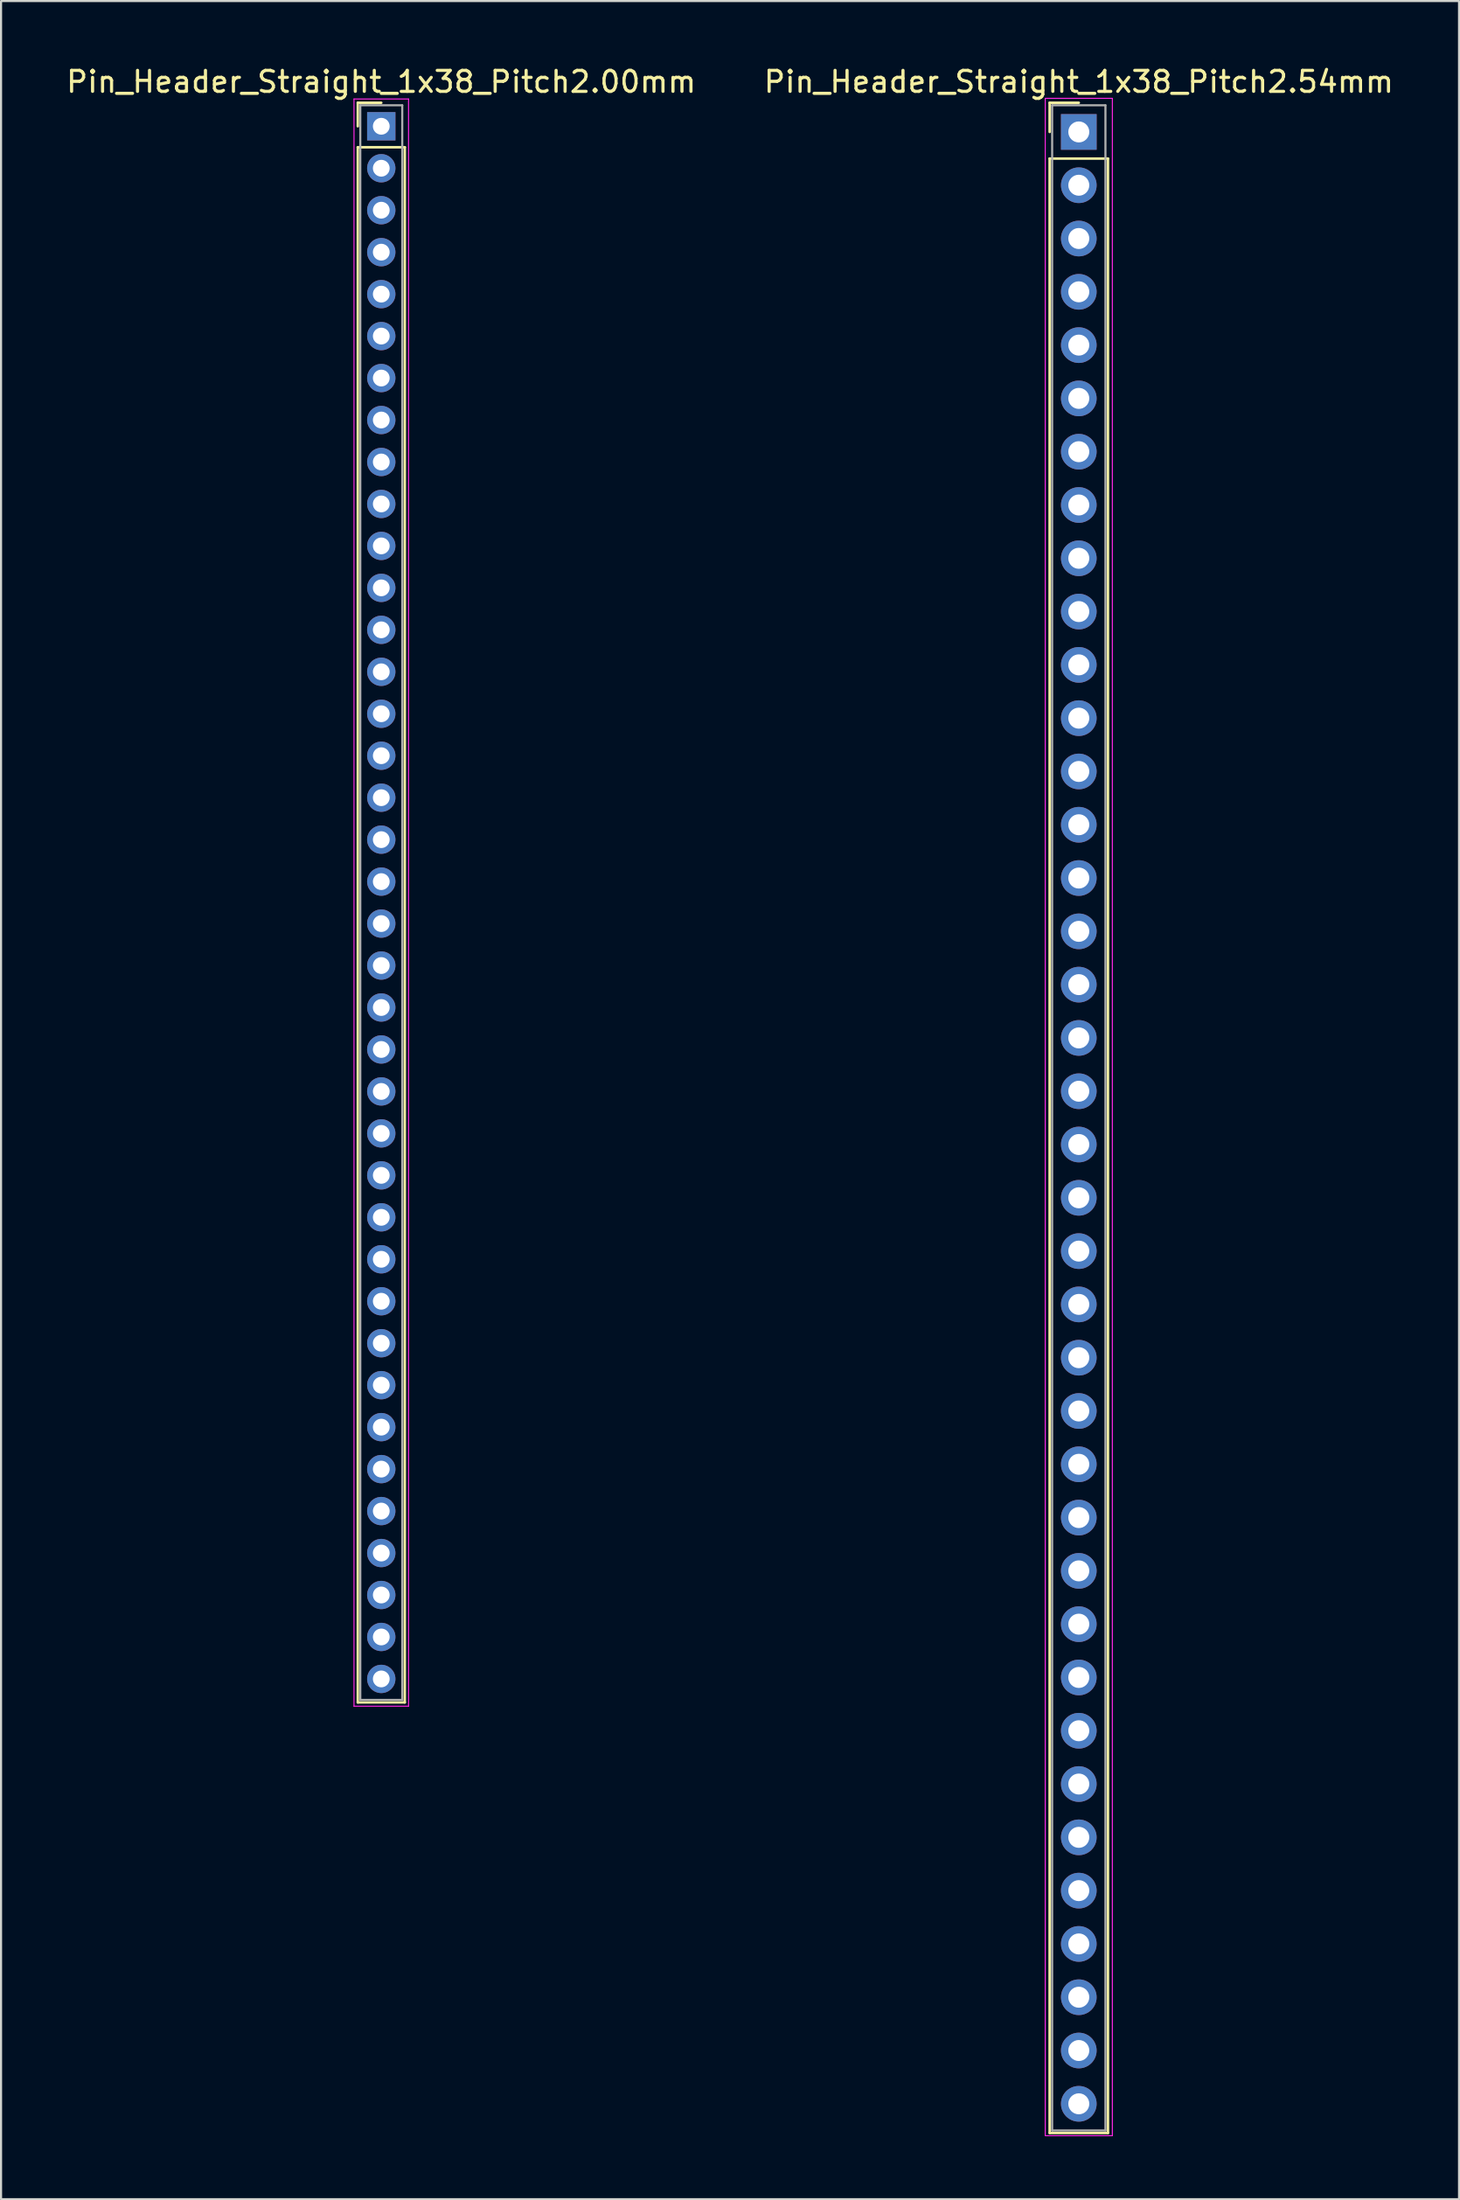
<source format=kicad_pcb>
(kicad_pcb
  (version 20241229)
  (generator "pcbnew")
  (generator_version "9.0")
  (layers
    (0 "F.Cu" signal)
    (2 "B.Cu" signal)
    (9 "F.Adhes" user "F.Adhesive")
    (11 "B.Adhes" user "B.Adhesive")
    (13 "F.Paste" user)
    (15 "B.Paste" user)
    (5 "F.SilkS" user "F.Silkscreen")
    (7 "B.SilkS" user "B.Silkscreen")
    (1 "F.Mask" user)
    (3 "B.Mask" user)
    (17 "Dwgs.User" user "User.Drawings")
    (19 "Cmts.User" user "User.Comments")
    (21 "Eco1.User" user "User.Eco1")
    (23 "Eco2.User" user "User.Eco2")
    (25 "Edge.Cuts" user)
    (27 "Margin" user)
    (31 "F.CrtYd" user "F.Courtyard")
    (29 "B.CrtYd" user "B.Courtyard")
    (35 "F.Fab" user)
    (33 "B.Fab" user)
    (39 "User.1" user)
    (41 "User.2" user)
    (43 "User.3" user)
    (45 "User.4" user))
  (footprint "Pin_Header_Straight_1x38_Pitch2.54mm"
    (layer "F.Cu")
    (at 48.375 3.238)
    (property "Reference" "Pin_Header_Straight_1x38_Pitch2.54mm" (at 0 -2.39 0) (layer "F.SilkS") (effects (font (size 1 1) (thickness 0.15))))
    (attr through_hole)
    (fp_line (start -1.39 -1.39) (end 0 -1.39) (stroke (width 0.12) (type solid)) (layer "F.SilkS"))
    (fp_line (start -1.39 0) (end -1.39 -1.39) (stroke (width 0.12) (type solid)) (layer "F.SilkS"))
    (fp_line (start -1.39 1.27) (end -1.39 95.37) (stroke (width 0.12) (type solid)) (layer "F.SilkS"))
    (fp_line (start -1.39 95.37) (end 1.39 95.37) (stroke (width 0.12) (type solid)) (layer "F.SilkS"))
    (fp_line (start 1.39 1.27) (end -1.39 1.27) (stroke (width 0.12) (type solid)) (layer "F.SilkS"))
    (fp_line (start 1.39 95.37) (end 1.39 1.27) (stroke (width 0.12) (type solid)) (layer "F.SilkS"))
    (fp_line (start -1.6 -1.6) (end -1.6 95.5) (stroke (width 0.05) (type solid)) (layer "F.CrtYd"))
    (fp_line (start -1.6 95.5) (end 1.6 95.5) (stroke (width 0.05) (type solid)) (layer "F.CrtYd"))
    (fp_line (start 1.6 -1.6) (end -1.6 -1.6) (stroke (width 0.05) (type solid)) (layer "F.CrtYd"))
    (fp_line (start 1.6 95.5) (end 1.6 -1.6) (stroke (width 0.05) (type solid)) (layer "F.CrtYd"))
    (fp_line (start -1.27 -1.27) (end -1.27 95.25) (stroke (width 0.1) (type solid)) (layer "F.Fab"))
    (fp_line (start -1.27 95.25) (end 1.27 95.25) (stroke (width 0.1) (type solid)) (layer "F.Fab"))
    (fp_line (start 1.27 -1.27) (end -1.27 -1.27) (stroke (width 0.1) (type solid)) (layer "F.Fab"))
    (fp_line (start 1.27 95.25) (end 1.27 -1.27) (stroke (width 0.1) (type solid)) (layer "F.Fab"))
    (pad "1" thru_hole rect (at 0 0) (size 1.7 1.7) (drill 1) (layers "*.Cu" "*.Mask"))
    (pad "2" thru_hole oval (at 0 2.54) (size 1.7 1.7) (drill 1) (layers "*.Cu" "*.Mask"))
    (pad "3" thru_hole oval (at 0 5.08) (size 1.7 1.7) (drill 1) (layers "*.Cu" "*.Mask"))
    (pad "4" thru_hole oval (at 0 7.62) (size 1.7 1.7) (drill 1) (layers "*.Cu" "*.Mask"))
    (pad "5" thru_hole oval (at 0 10.16) (size 1.7 1.7) (drill 1) (layers "*.Cu" "*.Mask"))
    (pad "6" thru_hole oval (at 0 12.7) (size 1.7 1.7) (drill 1) (layers "*.Cu" "*.Mask"))
    (pad "7" thru_hole oval (at 0 15.24) (size 1.7 1.7) (drill 1) (layers "*.Cu" "*.Mask"))
    (pad "8" thru_hole oval (at 0 17.78) (size 1.7 1.7) (drill 1) (layers "*.Cu" "*.Mask"))
    (pad "9" thru_hole oval (at 0 20.32) (size 1.7 1.7) (drill 1) (layers "*.Cu" "*.Mask"))
    (pad "10" thru_hole oval (at 0 22.86) (size 1.7 1.7) (drill 1) (layers "*.Cu" "*.Mask"))
    (pad "11" thru_hole oval (at 0 25.4) (size 1.7 1.7) (drill 1) (layers "*.Cu" "*.Mask"))
    (pad "12" thru_hole oval (at 0 27.94) (size 1.7 1.7) (drill 1) (layers "*.Cu" "*.Mask"))
    (pad "13" thru_hole oval (at 0 30.48) (size 1.7 1.7) (drill 1) (layers "*.Cu" "*.Mask"))
    (pad "14" thru_hole oval (at 0 33.02) (size 1.7 1.7) (drill 1) (layers "*.Cu" "*.Mask"))
    (pad "15" thru_hole oval (at 0 35.56) (size 1.7 1.7) (drill 1) (layers "*.Cu" "*.Mask"))
    (pad "16" thru_hole oval (at 0 38.1) (size 1.7 1.7) (drill 1) (layers "*.Cu" "*.Mask"))
    (pad "17" thru_hole oval (at 0 40.64) (size 1.7 1.7) (drill 1) (layers "*.Cu" "*.Mask"))
    (pad "18" thru_hole oval (at 0 43.18) (size 1.7 1.7) (drill 1) (layers "*.Cu" "*.Mask"))
    (pad "19" thru_hole oval (at 0 45.72) (size 1.7 1.7) (drill 1) (layers "*.Cu" "*.Mask"))
    (pad "20" thru_hole oval (at 0 48.26) (size 1.7 1.7) (drill 1) (layers "*.Cu" "*.Mask"))
    (pad "21" thru_hole oval (at 0 50.8) (size 1.7 1.7) (drill 1) (layers "*.Cu" "*.Mask"))
    (pad "22" thru_hole oval (at 0 53.34) (size 1.7 1.7) (drill 1) (layers "*.Cu" "*.Mask"))
    (pad "23" thru_hole oval (at 0 55.88) (size 1.7 1.7) (drill 1) (layers "*.Cu" "*.Mask"))
    (pad "24" thru_hole oval (at 0 58.42) (size 1.7 1.7) (drill 1) (layers "*.Cu" "*.Mask"))
    (pad "25" thru_hole oval (at 0 60.96) (size 1.7 1.7) (drill 1) (layers "*.Cu" "*.Mask"))
    (pad "26" thru_hole oval (at 0 63.5) (size 1.7 1.7) (drill 1) (layers "*.Cu" "*.Mask"))
    (pad "27" thru_hole oval (at 0 66.04) (size 1.7 1.7) (drill 1) (layers "*.Cu" "*.Mask"))
    (pad "28" thru_hole oval (at 0 68.58) (size 1.7 1.7) (drill 1) (layers "*.Cu" "*.Mask"))
    (pad "29" thru_hole oval (at 0 71.12) (size 1.7 1.7) (drill 1) (layers "*.Cu" "*.Mask"))
    (pad "30" thru_hole oval (at 0 73.66) (size 1.7 1.7) (drill 1) (layers "*.Cu" "*.Mask"))
    (pad "31" thru_hole oval (at 0 76.2) (size 1.7 1.7) (drill 1) (layers "*.Cu" "*.Mask"))
    (pad "32" thru_hole oval (at 0 78.74) (size 1.7 1.7) (drill 1) (layers "*.Cu" "*.Mask"))
    (pad "33" thru_hole oval (at 0 81.28) (size 1.7 1.7) (drill 1) (layers "*.Cu" "*.Mask"))
    (pad "34" thru_hole oval (at 0 83.82) (size 1.7 1.7) (drill 1) (layers "*.Cu" "*.Mask"))
    (pad "35" thru_hole oval (at 0 86.36) (size 1.7 1.7) (drill 1) (layers "*.Cu" "*.Mask"))
    (pad "36" thru_hole oval (at 0 88.9) (size 1.7 1.7) (drill 1) (layers "*.Cu" "*.Mask"))
    (pad "37" thru_hole oval (at 0 91.44) (size 1.7 1.7) (drill 1) (layers "*.Cu" "*.Mask"))
    (pad "38" thru_hole oval (at 0 93.98) (size 1.7 1.7) (drill 1) (layers "*.Cu" "*.Mask")))
  (footprint "Pin_Header_Straight_1x38_Pitch2.00mm"
    (layer "F.Cu")
    (at 15.125 2.968)
    (property "Reference" "Pin_Header_Straight_1x38_Pitch2.00mm" (at 0 -2.12 0) (layer "F.SilkS") (effects (font (size 1 1) (thickness 0.15))))
    (attr through_hole)
    (fp_line (start -1.12 -1.12) (end 0 -1.12) (stroke (width 0.12) (type solid)) (layer "F.SilkS"))
    (fp_line (start -1.12 0) (end -1.12 -1.12) (stroke (width 0.12) (type solid)) (layer "F.SilkS"))
    (fp_line (start -1.12 1) (end -1.12 75.12) (stroke (width 0.12) (type solid)) (layer "F.SilkS"))
    (fp_line (start -1.12 75.12) (end 1.12 75.12) (stroke (width 0.12) (type solid)) (layer "F.SilkS"))
    (fp_line (start 1.12 1) (end -1.12 1) (stroke (width 0.12) (type solid)) (layer "F.SilkS"))
    (fp_line (start 1.12 75.12) (end 1.12 1) (stroke (width 0.12) (type solid)) (layer "F.SilkS"))
    (fp_line (start -1.3 -1.3) (end -1.3 75.3) (stroke (width 0.05) (type solid)) (layer "F.CrtYd"))
    (fp_line (start -1.3 75.3) (end 1.3 75.3) (stroke (width 0.05) (type solid)) (layer "F.CrtYd"))
    (fp_line (start 1.3 -1.3) (end -1.3 -1.3) (stroke (width 0.05) (type solid)) (layer "F.CrtYd"))
    (fp_line (start 1.3 75.3) (end 1.3 -1.3) (stroke (width 0.05) (type solid)) (layer "F.CrtYd"))
    (fp_line (start -1 -1) (end -1 75) (stroke (width 0.1) (type solid)) (layer "F.Fab"))
    (fp_line (start -1 75) (end 1 75) (stroke (width 0.1) (type solid)) (layer "F.Fab"))
    (fp_line (start 1 -1) (end -1 -1) (stroke (width 0.1) (type solid)) (layer "F.Fab"))
    (fp_line (start 1 75) (end 1 -1) (stroke (width 0.1) (type solid)) (layer "F.Fab"))
    (pad "1" thru_hole rect (at 0 0) (size 1.35 1.35) (drill 0.8) (layers "*.Cu" "*.Mask"))
    (pad "2" thru_hole oval (at 0 2) (size 1.35 1.35) (drill 0.8) (layers "*.Cu" "*.Mask"))
    (pad "3" thru_hole oval (at 0 4) (size 1.35 1.35) (drill 0.8) (layers "*.Cu" "*.Mask"))
    (pad "4" thru_hole oval (at 0 6) (size 1.35 1.35) (drill 0.8) (layers "*.Cu" "*.Mask"))
    (pad "5" thru_hole oval (at 0 8) (size 1.35 1.35) (drill 0.8) (layers "*.Cu" "*.Mask"))
    (pad "6" thru_hole oval (at 0 10) (size 1.35 1.35) (drill 0.8) (layers "*.Cu" "*.Mask"))
    (pad "7" thru_hole oval (at 0 12) (size 1.35 1.35) (drill 0.8) (layers "*.Cu" "*.Mask"))
    (pad "8" thru_hole oval (at 0 14) (size 1.35 1.35) (drill 0.8) (layers "*.Cu" "*.Mask"))
    (pad "9" thru_hole oval (at 0 16) (size 1.35 1.35) (drill 0.8) (layers "*.Cu" "*.Mask"))
    (pad "10" thru_hole oval (at 0 18) (size 1.35 1.35) (drill 0.8) (layers "*.Cu" "*.Mask"))
    (pad "11" thru_hole oval (at 0 20) (size 1.35 1.35) (drill 0.8) (layers "*.Cu" "*.Mask"))
    (pad "12" thru_hole oval (at 0 22) (size 1.35 1.35) (drill 0.8) (layers "*.Cu" "*.Mask"))
    (pad "13" thru_hole oval (at 0 24) (size 1.35 1.35) (drill 0.8) (layers "*.Cu" "*.Mask"))
    (pad "14" thru_hole oval (at 0 26) (size 1.35 1.35) (drill 0.8) (layers "*.Cu" "*.Mask"))
    (pad "15" thru_hole oval (at 0 28) (size 1.35 1.35) (drill 0.8) (layers "*.Cu" "*.Mask"))
    (pad "16" thru_hole oval (at 0 30) (size 1.35 1.35) (drill 0.8) (layers "*.Cu" "*.Mask"))
    (pad "17" thru_hole oval (at 0 32) (size 1.35 1.35) (drill 0.8) (layers "*.Cu" "*.Mask"))
    (pad "18" thru_hole oval (at 0 34) (size 1.35 1.35) (drill 0.8) (layers "*.Cu" "*.Mask"))
    (pad "19" thru_hole oval (at 0 36) (size 1.35 1.35) (drill 0.8) (layers "*.Cu" "*.Mask"))
    (pad "20" thru_hole oval (at 0 38) (size 1.35 1.35) (drill 0.8) (layers "*.Cu" "*.Mask"))
    (pad "21" thru_hole oval (at 0 40) (size 1.35 1.35) (drill 0.8) (layers "*.Cu" "*.Mask"))
    (pad "22" thru_hole oval (at 0 42) (size 1.35 1.35) (drill 0.8) (layers "*.Cu" "*.Mask"))
    (pad "23" thru_hole oval (at 0 44) (size 1.35 1.35) (drill 0.8) (layers "*.Cu" "*.Mask"))
    (pad "24" thru_hole oval (at 0 46) (size 1.35 1.35) (drill 0.8) (layers "*.Cu" "*.Mask"))
    (pad "25" thru_hole oval (at 0 48) (size 1.35 1.35) (drill 0.8) (layers "*.Cu" "*.Mask"))
    (pad "26" thru_hole oval (at 0 50) (size 1.35 1.35) (drill 0.8) (layers "*.Cu" "*.Mask"))
    (pad "27" thru_hole oval (at 0 52) (size 1.35 1.35) (drill 0.8) (layers "*.Cu" "*.Mask"))
    (pad "28" thru_hole oval (at 0 54) (size 1.35 1.35) (drill 0.8) (layers "*.Cu" "*.Mask"))
    (pad "29" thru_hole oval (at 0 56) (size 1.35 1.35) (drill 0.8) (layers "*.Cu" "*.Mask"))
    (pad "30" thru_hole oval (at 0 58) (size 1.35 1.35) (drill 0.8) (layers "*.Cu" "*.Mask"))
    (pad "31" thru_hole oval (at 0 60) (size 1.35 1.35) (drill 0.8) (layers "*.Cu" "*.Mask"))
    (pad "32" thru_hole oval (at 0 62) (size 1.35 1.35) (drill 0.8) (layers "*.Cu" "*.Mask"))
    (pad "33" thru_hole oval (at 0 64) (size 1.35 1.35) (drill 0.8) (layers "*.Cu" "*.Mask"))
    (pad "34" thru_hole oval (at 0 66) (size 1.35 1.35) (drill 0.8) (layers "*.Cu" "*.Mask"))
    (pad "35" thru_hole oval (at 0 68) (size 1.35 1.35) (drill 0.8) (layers "*.Cu" "*.Mask"))
    (pad "36" thru_hole oval (at 0 70) (size 1.35 1.35) (drill 0.8) (layers "*.Cu" "*.Mask"))
    (pad "37" thru_hole oval (at 0 72) (size 1.35 1.35) (drill 0.8) (layers "*.Cu" "*.Mask"))
    (pad "38" thru_hole oval (at 0 74) (size 1.35 1.35) (drill 0.8) (layers "*.Cu" "*.Mask")))
  (gr_rect
    (start -3 -3)
    (end 66.5 101.763)
    (stroke (width 0.1) (type default))
    (fill no)
    (layer "Edge.Cuts")))
</source>
